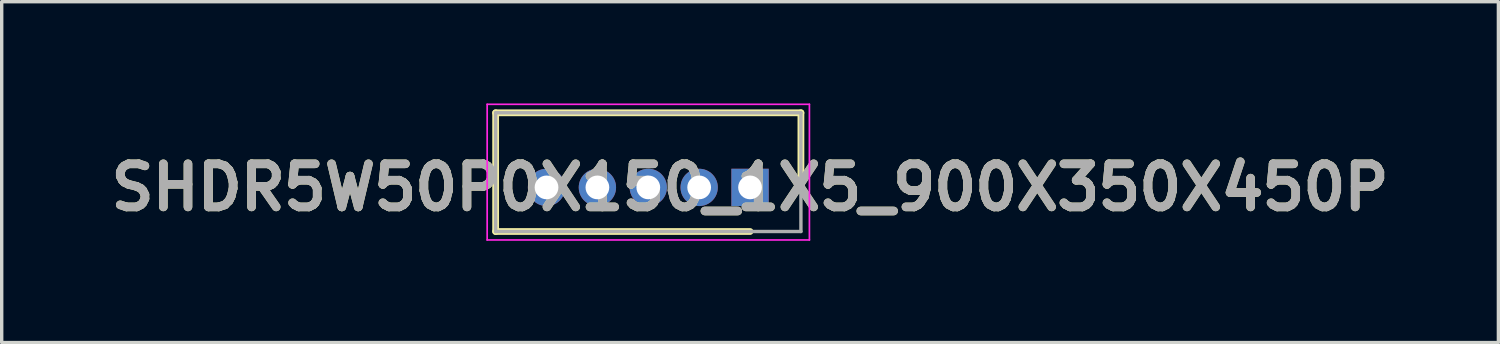
<source format=kicad_pcb>
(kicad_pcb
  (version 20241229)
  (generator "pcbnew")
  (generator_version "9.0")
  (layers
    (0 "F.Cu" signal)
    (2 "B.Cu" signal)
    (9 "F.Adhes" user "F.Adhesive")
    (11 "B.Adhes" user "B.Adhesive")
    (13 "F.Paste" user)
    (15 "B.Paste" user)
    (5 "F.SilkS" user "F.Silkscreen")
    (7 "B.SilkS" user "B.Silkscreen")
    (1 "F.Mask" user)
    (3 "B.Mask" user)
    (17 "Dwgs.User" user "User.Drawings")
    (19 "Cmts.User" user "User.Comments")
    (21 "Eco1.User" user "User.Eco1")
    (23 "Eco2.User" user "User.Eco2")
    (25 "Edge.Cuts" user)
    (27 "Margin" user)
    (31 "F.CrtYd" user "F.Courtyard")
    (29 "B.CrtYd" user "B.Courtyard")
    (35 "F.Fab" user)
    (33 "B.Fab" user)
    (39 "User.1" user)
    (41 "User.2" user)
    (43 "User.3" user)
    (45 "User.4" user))
  (footprint "SHDR5W50P0X150_1X5_900X350X450P"
    (layer "F.Cu")
    (at 19.062 2.475)
    (property "Reference" "SHDR5W50P0X150_1X5_900X350X450P" (at 0 0 0) (layer "F.SilkS") (effects (font (size 1.27 1.27) (thickness 0.254))))
    (attr through_hole)
    (fp_line (start -7.5 -2.2) (end 1.5 -2.2) (stroke (width 0.2) (type solid)) (layer "F.SilkS"))
    (fp_line (start -7.5 1.3) (end -7.5 -2.2) (stroke (width 0.2) (type solid)) (layer "F.SilkS"))
    (fp_line (start 0 1.3) (end -7.5 1.3) (stroke (width 0.2) (type solid)) (layer "F.SilkS"))
    (fp_line (start 1.5 -2.2) (end 1.5 0) (stroke (width 0.2) (type solid)) (layer "F.SilkS"))
    (fp_line (start -7.75 -2.45) (end 1.75 -2.45) (stroke (width 0.05) (type solid)) (layer "F.CrtYd"))
    (fp_line (start -7.75 1.55) (end -7.75 -2.45) (stroke (width 0.05) (type solid)) (layer "F.CrtYd"))
    (fp_line (start 1.75 -2.45) (end 1.75 1.55) (stroke (width 0.05) (type solid)) (layer "F.CrtYd"))
    (fp_line (start 1.75 1.55) (end -7.75 1.55) (stroke (width 0.05) (type solid)) (layer "F.CrtYd"))
    (fp_line (start -7.5 -2.2) (end 1.5 -2.2) (stroke (width 0.1) (type solid)) (layer "F.Fab"))
    (fp_line (start -7.5 1.3) (end -7.5 -2.2) (stroke (width 0.1) (type solid)) (layer "F.Fab"))
    (fp_line (start 1.5 -2.2) (end 1.5 1.3) (stroke (width 0.1) (type solid)) (layer "F.Fab"))
    (fp_line (start 1.5 1.3) (end -7.5 1.3) (stroke (width 0.1) (type solid)) (layer "F.Fab"))
    (fp_text user "${REFERENCE}" (at 0 0 0) (layer "F.Fab") (effects (font (size 1.27 1.27) (thickness 0.254))))
    (pad "1" thru_hole rect (at 0 0) (size 1.1 1.1) (drill 0.7) (layers "*.Cu" "*.Mask"))
    (pad "2" thru_hole circle (at -1.5 0) (size 1.1 1.1) (drill 0.7) (layers "*.Cu" "*.Mask"))
    (pad "3" thru_hole circle (at -3 0) (size 1.1 1.1) (drill 0.7) (layers "*.Cu" "*.Mask"))
    (pad "4" thru_hole circle (at -4.5 0) (size 1.1 1.1) (drill 0.7) (layers "*.Cu" "*.Mask"))
    (pad "5" thru_hole circle (at -6 0) (size 1.1 1.1) (drill 0.7) (layers "*.Cu" "*.Mask")))
  (gr_rect
    (start -3 -3)
    (end 41.124 7.05)
    (stroke (width 0.1) (type default))
    (fill no)
    (layer "Edge.Cuts")))
</source>
